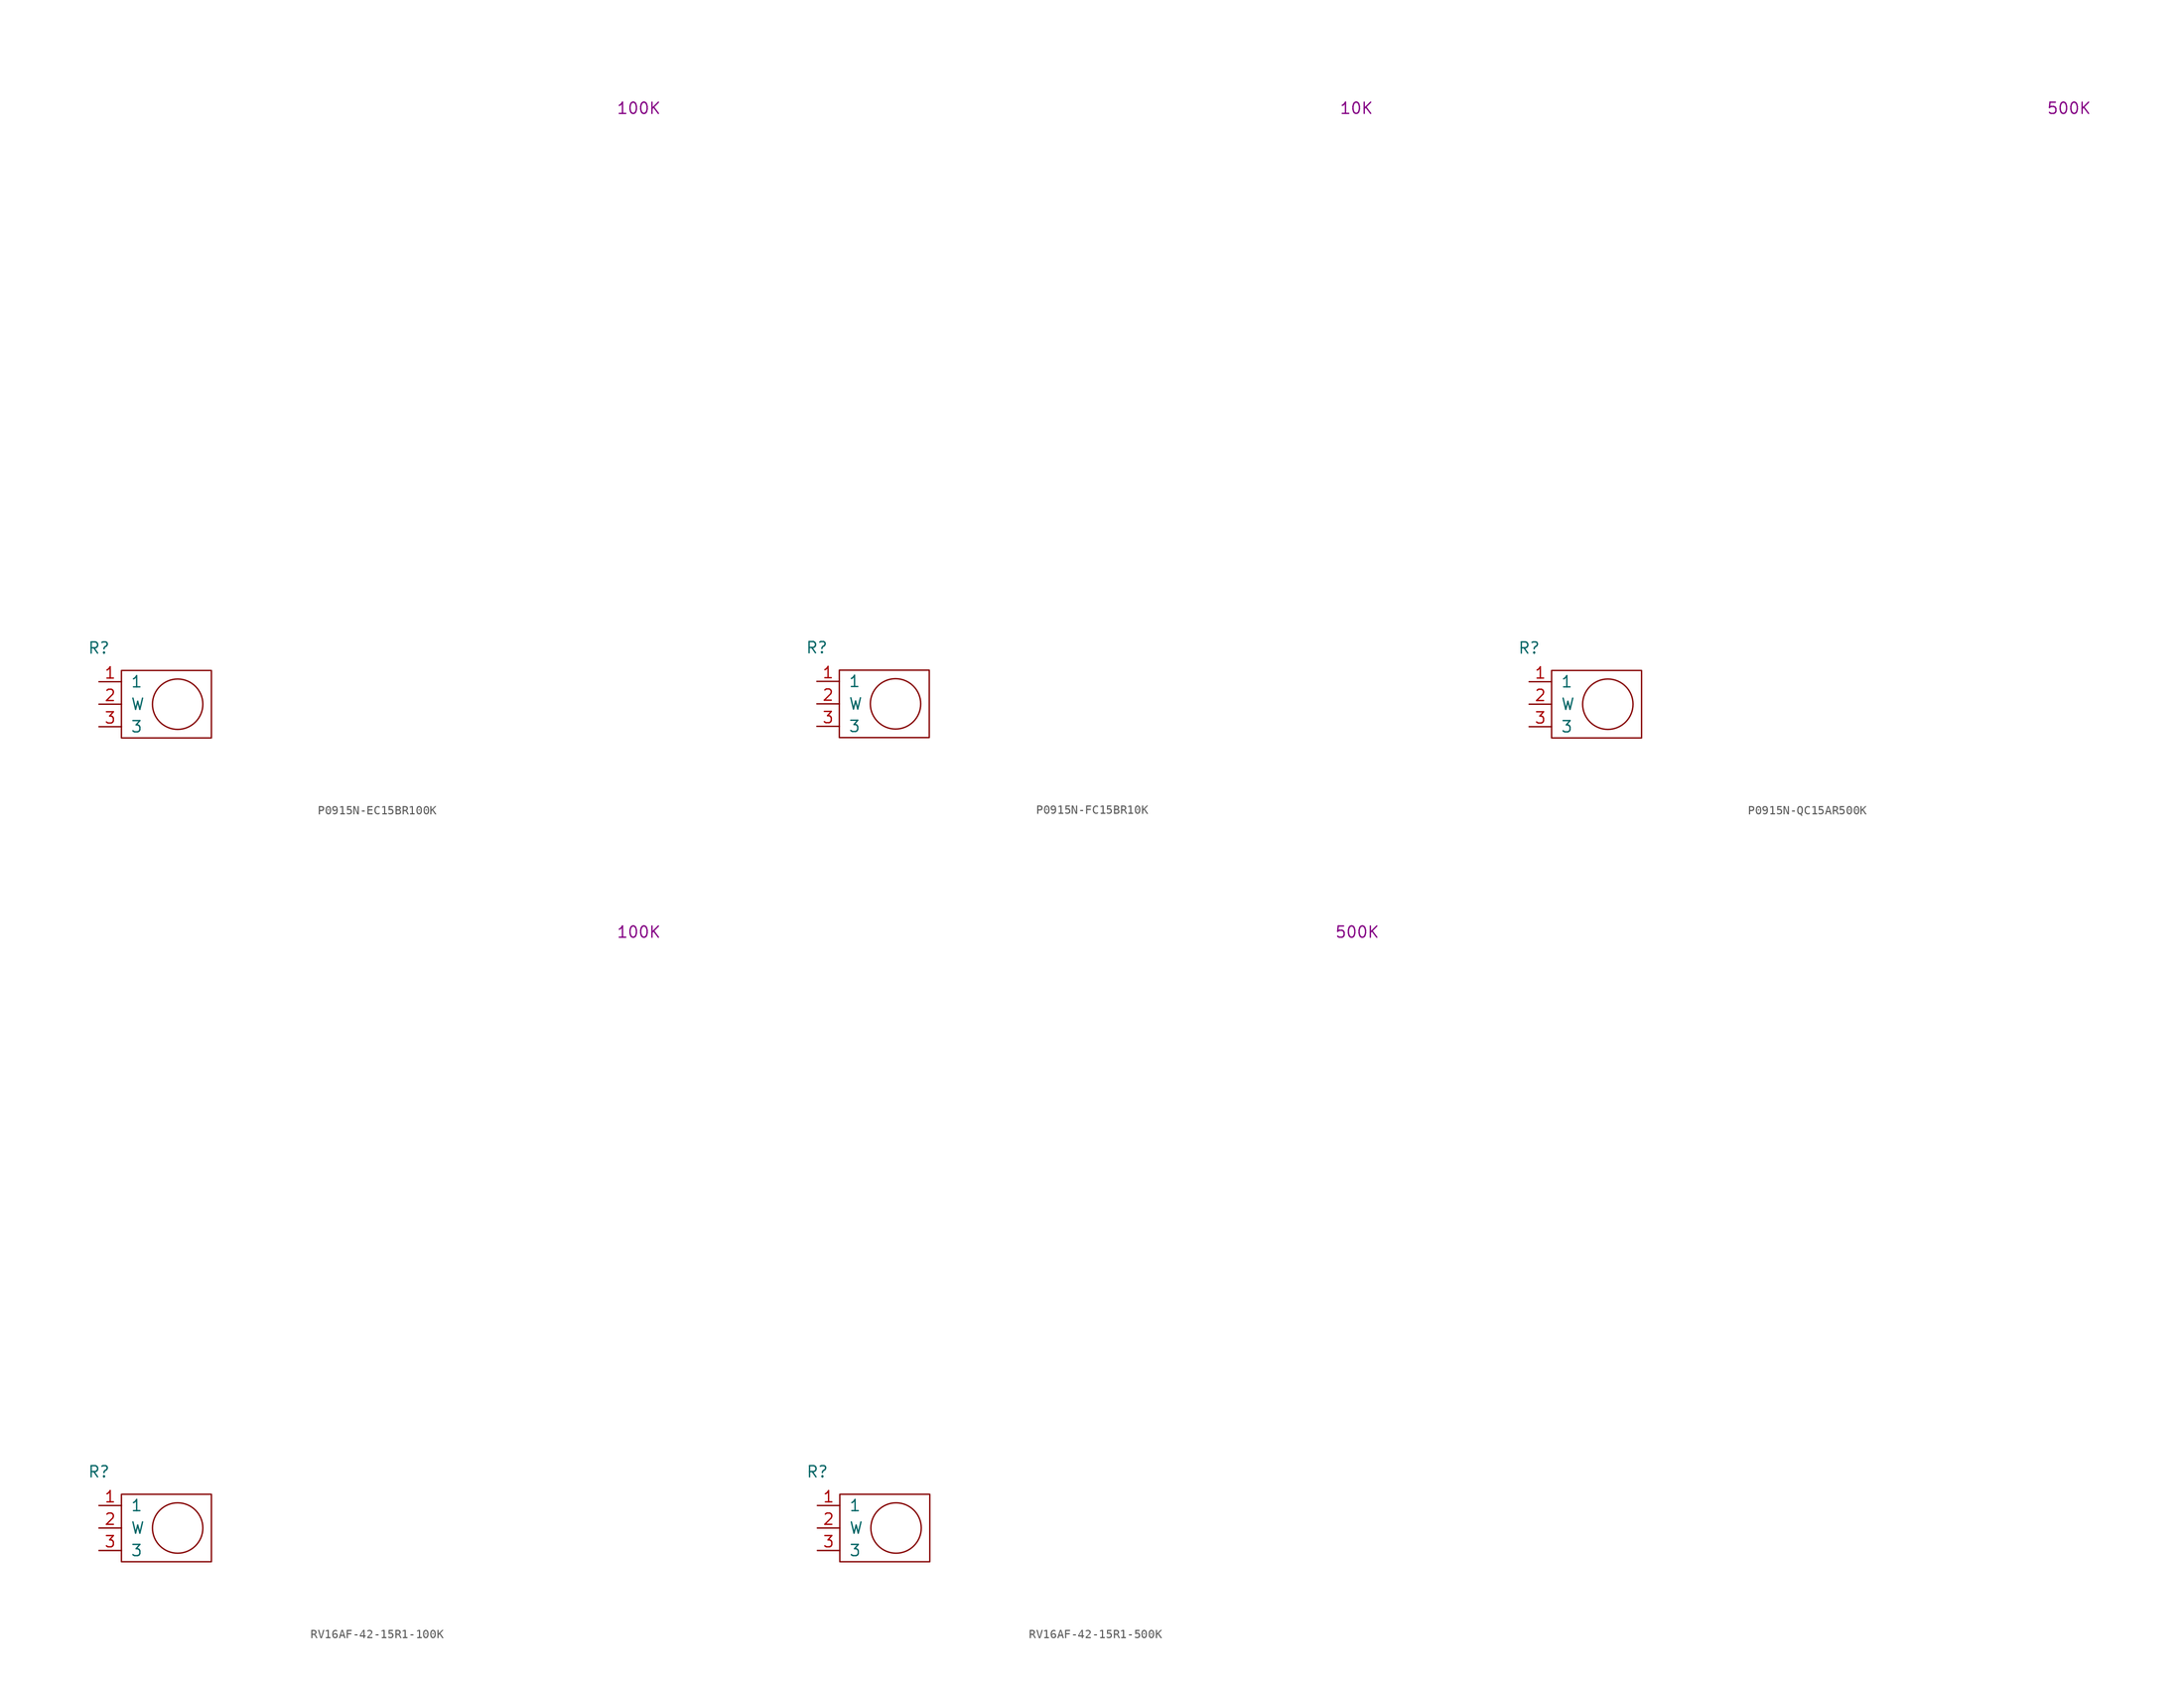
<source format=kicad_sym>
(kicad_symbol_lib
  (version 20211014)
  (generator kicad_symbol_editor)
  (symbol "P0915N-EC15BR100K"
    (pin_names
      (offset 1.016))
    (property "Reference" "R"
      (at -2.54 2.54 0)
      (effects (font (size 1.27 1.27))))
    (property "_Value_" "100K"
      (at 58.42 63.5 0)
      (effects (font (size 1.27 1.27))))
    (symbol "P0915N-EC15BR100K_0_1"
      (rectangle (start 0 0) (end 10.16 -7.62) (stroke (width 0) (type default) (color 0 0 0 0)) (fill (type none)))
      (circle (center 6.35 -3.81) (radius 2.845) (stroke (width 0) (type default) (color 0 0 0 0)) (fill (type none))))
    (symbol "P0915N-EC15BR100K_1_1"
      (pin passive line (at -2.54 -1.27 0) (length 2.54) (name "1" (effects (font (size 1.27 1.27)))) (number "1" (effects (font (size 1.27 1.27)))))
      (pin passive line (at -2.54 -3.81 0) (length 2.54) (name "W" (effects (font (size 1.27 1.27)))) (number "2" (effects (font (size 1.27 1.27)))))
      (pin passive line (at -2.54 -6.35 0) (length 2.54) (name "3" (effects (font (size 1.27 1.27)))) (number "3" (effects (font (size 1.27 1.27)))))))
  (symbol "P0915N-FC15BR10K"
    (pin_names
      (offset 1.016))
    (property "Reference" "R"
      (at -2.54 2.54 0)
      (effects (font (size 1.27 1.27))))
    (property "_Value_" "10K"
      (at 58.42 63.5 0)
      (effects (font (size 1.27 1.27))))
    (symbol "P0915N-FC15BR10K_0_1"
      (rectangle (start 0 0) (end 10.16 -7.62) (stroke (width 0) (type default) (color 0 0 0 0)) (fill (type none)))
      (circle (center 6.35 -3.81) (radius 2.845) (stroke (width 0) (type default) (color 0 0 0 0)) (fill (type none))))
    (symbol "P0915N-FC15BR10K_1_1"
      (pin passive line (at -2.54 -1.27 0) (length 2.54) (name "1" (effects (font (size 1.27 1.27)))) (number "1" (effects (font (size 1.27 1.27)))))
      (pin passive line (at -2.54 -3.81 0) (length 2.54) (name "W" (effects (font (size 1.27 1.27)))) (number "2" (effects (font (size 1.27 1.27)))))
      (pin passive line (at -2.54 -6.35 0) (length 2.54) (name "3" (effects (font (size 1.27 1.27)))) (number "3" (effects (font (size 1.27 1.27)))))))
  (symbol "P0915N-QC15AR500K"
    (pin_names
      (offset 1.016))
    (property "Reference" "R"
      (at -2.54 2.54 0)
      (effects (font (size 1.27 1.27))))
    (property "_Value_" "500K"
      (at 58.42 63.5 0)
      (effects (font (size 1.27 1.27))))
    (symbol "P0915N-QC15AR500K_1_1"
      (rectangle (start 0 0) (end 10.16 -7.62) (stroke (width 0) (type default) (color 0 0 0 0)) (fill (type none)))
      (circle (center 6.35 -3.81) (radius 2.845) (stroke (width 0) (type default) (color 0 0 0 0)) (fill (type none)))
      (pin passive line (at -2.54 -1.27 0) (length 2.54) (name "1" (effects (font (size 1.27 1.27)))) (number "1" (effects (font (size 1.27 1.27)))))
      (pin passive line (at -2.54 -3.81 0) (length 2.54) (name "W" (effects (font (size 1.27 1.27)))) (number "2" (effects (font (size 1.27 1.27)))))
      (pin passive line (at -2.54 -6.35 0) (length 2.54) (name "3" (effects (font (size 1.27 1.27)))) (number "3" (effects (font (size 1.27 1.27)))))))
  (symbol "RV16AF-42-15R1-100K"
    (pin_names
      (offset 1.016))
    (property "Reference" "R"
      (at -2.54 2.54 0)
      (effects (font (size 1.27 1.27))))
    (property "_Value_" "100K"
      (at 58.42 63.5 0)
      (effects (font (size 1.27 1.27))))
    (symbol "RV16AF-42-15R1-100K_0_1"
      (rectangle (start 0 0) (end 10.16 -7.62) (stroke (width 0) (type default) (color 0 0 0 0)) (fill (type none)))
      (circle (center 6.35 -3.81) (radius 2.845) (stroke (width 0) (type default) (color 0 0 0 0)) (fill (type none))))
    (symbol "RV16AF-42-15R1-100K_1_1"
      (pin passive line (at -2.54 -1.27 0) (length 2.54) (name "1" (effects (font (size 1.27 1.27)))) (number "1" (effects (font (size 1.27 1.27)))))
      (pin passive line (at -2.54 -3.81 0) (length 2.54) (name "W" (effects (font (size 1.27 1.27)))) (number "2" (effects (font (size 1.27 1.27)))))
      (pin passive line (at -2.54 -6.35 0) (length 2.54) (name "3" (effects (font (size 1.27 1.27)))) (number "3" (effects (font (size 1.27 1.27)))))))
  (symbol "RV16AF-42-15R1-500K"
    (pin_names
      (offset 1.016))
    (property "Reference" "R"
      (at -2.54 2.54 0)
      (effects (font (size 1.27 1.27))))
    (property "_Value_" "500K"
      (at 58.42 63.5 0)
      (effects (font (size 1.27 1.27))))
    (symbol "RV16AF-42-15R1-500K_0_1"
      (rectangle (start 0 0) (end 10.16 -7.62) (stroke (width 0) (type default) (color 0 0 0 0)) (fill (type none)))
      (circle (center 6.35 -3.81) (radius 2.845) (stroke (width 0) (type default) (color 0 0 0 0)) (fill (type none))))
    (symbol "RV16AF-42-15R1-500K_1_1"
      (pin passive line (at -2.54 -1.27 0) (length 2.54) (name "1" (effects (font (size 1.27 1.27)))) (number "1" (effects (font (size 1.27 1.27)))))
      (pin passive line (at -2.54 -3.81 0) (length 2.54) (name "W" (effects (font (size 1.27 1.27)))) (number "2" (effects (font (size 1.27 1.27)))))
      (pin passive line (at -2.54 -6.35 0) (length 2.54) (name "3" (effects (font (size 1.27 1.27)))) (number "3" (effects (font (size 1.27 1.27))))))))
</source>
